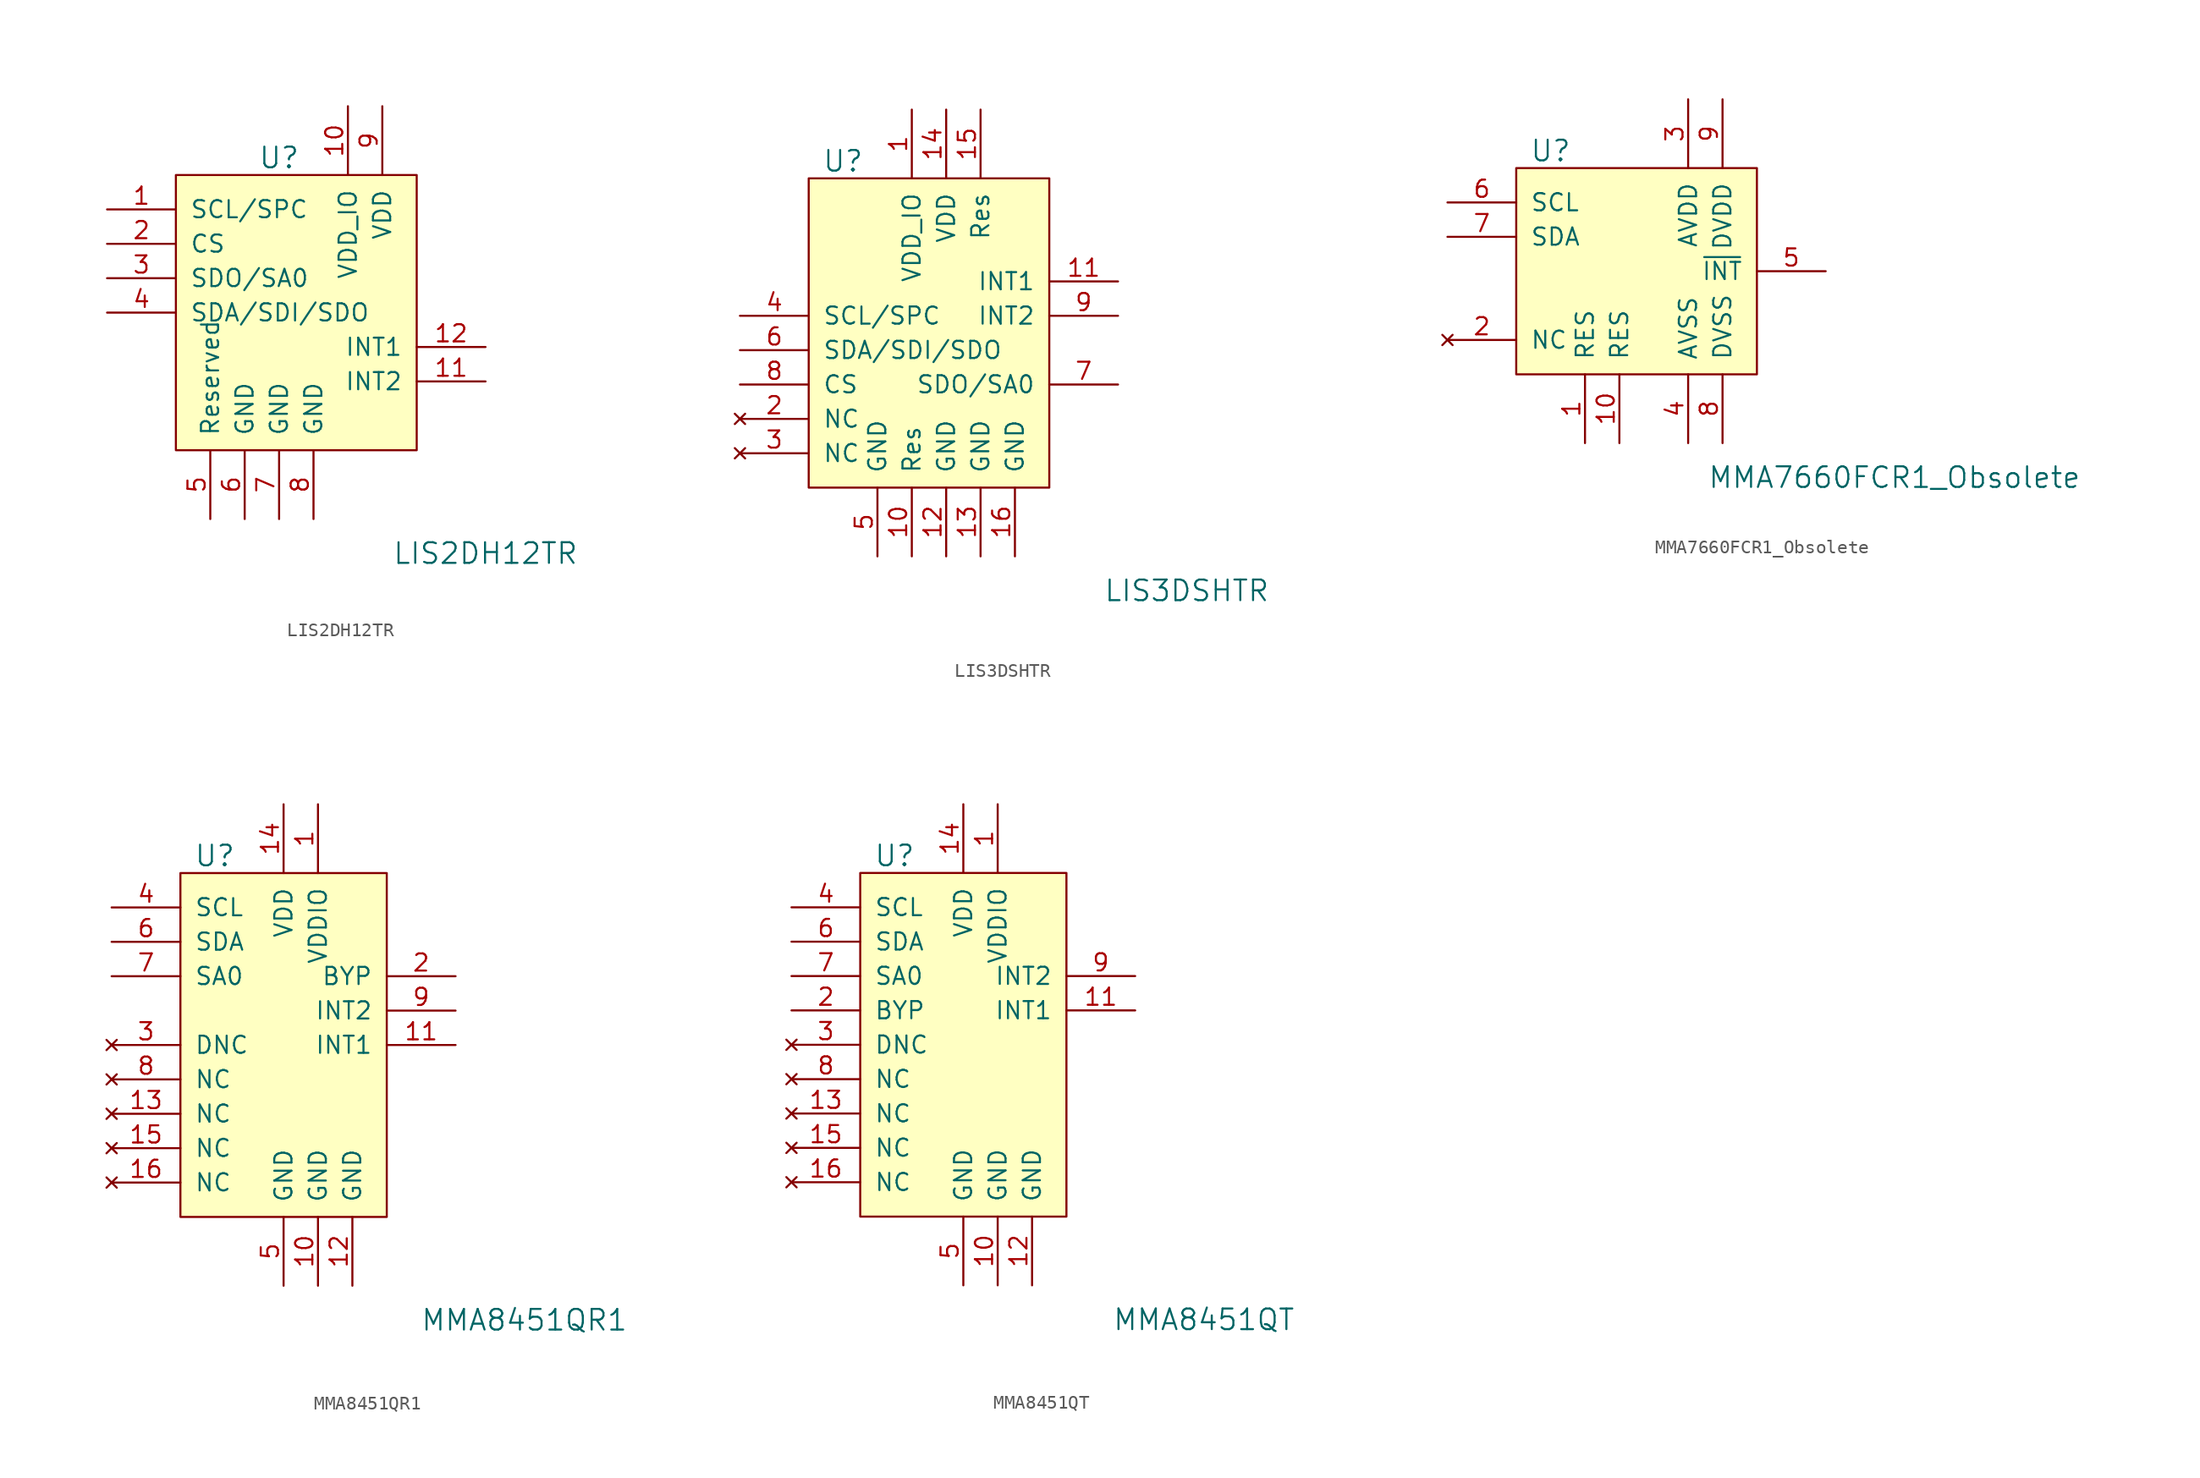
<source format=kicad_sym>
(kicad_symbol_lib
  (version 20211014)
  (generator kicad_symbol_editor)
  (symbol "LIS2DH12TR"
    (pin_names
      (offset 1.016))
    (property "Reference" "U"
      (at -2.54 11.43 0)
      (effects (font (size 1.524 1.524))))
    (property "Value" "LIS2DH12TR"
      (at 12.7 -17.78 0)
      (effects (font (size 1.524 1.524))))
    (symbol "LIS2DH12TR_0_1"
      (rectangle (start -10.16 -10.16) (end 7.62 10.16) (stroke (width 0) (type default) (color 0 0 0 0)) (fill (type background))))
    (symbol "LIS2DH12TR_1_1"
      (pin input line (at -15.24 7.62 0) (length 5.08) (name "SCL/SPC" (effects (font (size 1.27 1.27)))) (number "1" (effects (font (size 1.27 1.27)))))
      (pin power_in line (at 2.54 15.24 270) (length 5.08) (name "VDD_IO" (effects (font (size 1.27 1.27)))) (number "10" (effects (font (size 1.27 1.27)))))
      (pin output line (at 12.7 -5.08 180) (length 5.08) (name "INT2" (effects (font (size 1.27 1.27)))) (number "11" (effects (font (size 1.27 1.27)))))
      (pin output line (at 12.7 -2.54 180) (length 5.08) (name "INT1" (effects (font (size 1.27 1.27)))) (number "12" (effects (font (size 1.27 1.27)))))
      (pin input line (at -15.24 5.08 0) (length 5.08) (name "CS" (effects (font (size 1.27 1.27)))) (number "2" (effects (font (size 1.27 1.27)))))
      (pin bidirectional line (at -15.24 2.54 0) (length 5.08) (name "SDO/SA0" (effects (font (size 1.27 1.27)))) (number "3" (effects (font (size 1.27 1.27)))))
      (pin bidirectional line (at -15.24 0 0) (length 5.08) (name "SDA/SDI/SDO" (effects (font (size 1.27 1.27)))) (number "4" (effects (font (size 1.27 1.27)))))
      (pin power_in line (at -7.62 -15.24 90) (length 5.08) (name "Reserved" (effects (font (size 1.27 1.27)))) (number "5" (effects (font (size 1.27 1.27)))))
      (pin power_in line (at -5.08 -15.24 90) (length 5.08) (name "GND" (effects (font (size 1.27 1.27)))) (number "6" (effects (font (size 1.27 1.27)))))
      (pin power_in line (at -2.54 -15.24 90) (length 5.08) (name "GND" (effects (font (size 1.27 1.27)))) (number "7" (effects (font (size 1.27 1.27)))))
      (pin power_in line (at 0 -15.24 90) (length 5.08) (name "GND" (effects (font (size 1.27 1.27)))) (number "8" (effects (font (size 1.27 1.27)))))
      (pin power_in line (at 5.08 15.24 270) (length 5.08) (name "VDD" (effects (font (size 1.27 1.27)))) (number "9" (effects (font (size 1.27 1.27)))))))
  (symbol "LIS3DSHTR"
    (pin_names
      (offset 1.016))
    (property "Reference" "U"
      (at -7.62 13.97 0)
      (effects (font (size 1.524 1.524))))
    (property "Value" "LIS3DSHTR"
      (at 17.78 -17.78 0)
      (effects (font (size 1.524 1.524))))
    (symbol "LIS3DSHTR_0_1"
      (rectangle (start -10.16 12.7) (end 7.62 -10.16) (stroke (width 0) (type default) (color 0 0 0 0)) (fill (type background))))
    (symbol "LIS3DSHTR_1_1"
      (pin power_in line (at -2.54 17.78 270) (length 5.08) (name "VDD_IO" (effects (font (size 1.27 1.27)))) (number "1" (effects (font (size 1.27 1.27)))))
      (pin power_in line (at -2.54 -15.24 90) (length 5.08) (name "Res" (effects (font (size 1.27 1.27)))) (number "10" (effects (font (size 1.27 1.27)))))
      (pin output line (at 12.7 5.08 180) (length 5.08) (name "INT1" (effects (font (size 1.27 1.27)))) (number "11" (effects (font (size 1.27 1.27)))))
      (pin power_in line (at 0 -15.24 90) (length 5.08) (name "GND" (effects (font (size 1.27 1.27)))) (number "12" (effects (font (size 1.27 1.27)))))
      (pin power_in line (at 2.54 -15.24 90) (length 5.08) (name "GND" (effects (font (size 1.27 1.27)))) (number "13" (effects (font (size 1.27 1.27)))))
      (pin power_in line (at 0 17.78 270) (length 5.08) (name "VDD" (effects (font (size 1.27 1.27)))) (number "14" (effects (font (size 1.27 1.27)))))
      (pin power_in line (at 2.54 17.78 270) (length 5.08) (name "Res" (effects (font (size 1.27 1.27)))) (number "15" (effects (font (size 1.27 1.27)))))
      (pin power_in line (at 5.08 -15.24 90) (length 5.08) (name "GND" (effects (font (size 1.27 1.27)))) (number "16" (effects (font (size 1.27 1.27)))))
      (pin no_connect line (at -15.24 -5.08 0) (length 5.08) (name "NC" (effects (font (size 1.27 1.27)))) (number "2" (effects (font (size 1.27 1.27)))))
      (pin no_connect line (at -15.24 -7.62 0) (length 5.08) (name "NC" (effects (font (size 1.27 1.27)))) (number "3" (effects (font (size 1.27 1.27)))))
      (pin input line (at -15.24 2.54 0) (length 5.08) (name "SCL/SPC" (effects (font (size 1.27 1.27)))) (number "4" (effects (font (size 1.27 1.27)))))
      (pin power_in line (at -5.08 -15.24 90) (length 5.08) (name "GND" (effects (font (size 1.27 1.27)))) (number "5" (effects (font (size 1.27 1.27)))))
      (pin bidirectional line (at -15.24 0 0) (length 5.08) (name "SDA/SDI/SDO" (effects (font (size 1.27 1.27)))) (number "6" (effects (font (size 1.27 1.27)))))
      (pin output line (at 12.7 -2.54 180) (length 5.08) (name "SDO/SA0" (effects (font (size 1.27 1.27)))) (number "7" (effects (font (size 1.27 1.27)))))
      (pin input line (at -15.24 -2.54 0) (length 5.08) (name "CS" (effects (font (size 1.27 1.27)))) (number "8" (effects (font (size 1.27 1.27)))))
      (pin output line (at 12.7 2.54 180) (length 5.08) (name "INT2" (effects (font (size 1.27 1.27)))) (number "9" (effects (font (size 1.27 1.27)))))))
  (symbol "MMA7660FCR1_Obsolete"
    (pin_names
      (offset 1.016))
    (property "Reference" "U"
      (at -7.62 8.89 0)
      (effects (font (size 1.524 1.524))))
    (property "Value" "MMA7660FCR1_Obsolete"
      (at 17.78 -15.24 0)
      (effects (font (size 1.524 1.524))))
    (symbol "MMA7660FCR1_Obsolete_0_1"
      (rectangle (start -10.16 7.62) (end 7.62 -7.62) (stroke (width 0) (type default) (color 0 0 0 0)) (fill (type background))))
    (symbol "MMA7660FCR1_Obsolete_1_1"
      (pin power_in line (at -5.08 -12.7 90) (length 5.08) (name "RES" (effects (font (size 1.27 1.27)))) (number "1" (effects (font (size 1.27 1.27)))))
      (pin power_in line (at -2.54 -12.7 90) (length 5.08) (name "RES" (effects (font (size 1.27 1.27)))) (number "10" (effects (font (size 1.27 1.27)))))
      (pin no_connect line (at -15.24 -5.08 0) (length 5.08) (name "NC" (effects (font (size 1.27 1.27)))) (number "2" (effects (font (size 1.27 1.27)))))
      (pin power_in line (at 2.54 12.7 270) (length 5.08) (name "AVDD" (effects (font (size 1.27 1.27)))) (number "3" (effects (font (size 1.27 1.27)))))
      (pin power_in line (at 2.54 -12.7 90) (length 5.08) (name "AVSS" (effects (font (size 1.27 1.27)))) (number "4" (effects (font (size 1.27 1.27)))))
      (pin output line (at 12.7 0 180) (length 5.08) (name "~{INT}" (effects (font (size 1.27 1.27)))) (number "5" (effects (font (size 1.27 1.27)))))
      (pin input line (at -15.24 5.08 0) (length 5.08) (name "SCL" (effects (font (size 1.27 1.27)))) (number "6" (effects (font (size 1.27 1.27)))))
      (pin bidirectional line (at -15.24 2.54 0) (length 5.08) (name "SDA" (effects (font (size 1.27 1.27)))) (number "7" (effects (font (size 1.27 1.27)))))
      (pin power_in line (at 5.08 -12.7 90) (length 5.08) (name "DVSS" (effects (font (size 1.27 1.27)))) (number "8" (effects (font (size 1.27 1.27)))))
      (pin power_in line (at 5.08 12.7 270) (length 5.08) (name "DVDD" (effects (font (size 1.27 1.27)))) (number "9" (effects (font (size 1.27 1.27)))))))
  (symbol "MMA8451QR1"
    (pin_names
      (offset 1.016))
    (property "Reference" "U"
      (at -5.08 13.97 0)
      (effects (font (size 1.524 1.524))))
    (property "Value" "MMA8451QR1"
      (at 17.78 -20.32 0)
      (effects (font (size 1.524 1.524))))
    (symbol "MMA8451QR1_0_1"
      (rectangle (start -7.62 12.7) (end 7.62 -12.7) (stroke (width 0) (type default) (color 0 0 0 0)) (fill (type background))))
    (symbol "MMA8451QR1_1_1"
      (pin power_in line (at 2.54 17.78 270) (length 5.08) (name "VDDIO" (effects (font (size 1.27 1.27)))) (number "1" (effects (font (size 1.27 1.27)))))
      (pin power_in line (at 2.54 -17.78 90) (length 5.08) (name "GND" (effects (font (size 1.27 1.27)))) (number "10" (effects (font (size 1.27 1.27)))))
      (pin output line (at 12.7 0 180) (length 5.08) (name "INT1" (effects (font (size 1.27 1.27)))) (number "11" (effects (font (size 1.27 1.27)))))
      (pin power_in line (at 5.08 -17.78 90) (length 5.08) (name "GND" (effects (font (size 1.27 1.27)))) (number "12" (effects (font (size 1.27 1.27)))))
      (pin no_connect line (at -12.7 -5.08 0) (length 5.08) (name "NC" (effects (font (size 1.27 1.27)))) (number "13" (effects (font (size 1.27 1.27)))))
      (pin power_in line (at 0 17.78 270) (length 5.08) (name "VDD" (effects (font (size 1.27 1.27)))) (number "14" (effects (font (size 1.27 1.27)))))
      (pin no_connect line (at -12.7 -7.62 0) (length 5.08) (name "NC" (effects (font (size 1.27 1.27)))) (number "15" (effects (font (size 1.27 1.27)))))
      (pin no_connect line (at -12.7 -10.16 0) (length 5.08) (name "NC" (effects (font (size 1.27 1.27)))) (number "16" (effects (font (size 1.27 1.27)))))
      (pin output line (at 12.7 5.08 180) (length 5.08) (name "BYP" (effects (font (size 1.27 1.27)))) (number "2" (effects (font (size 1.27 1.27)))))
      (pin no_connect line (at -12.7 0 0) (length 5.08) (name "DNC" (effects (font (size 1.27 1.27)))) (number "3" (effects (font (size 1.27 1.27)))))
      (pin bidirectional line (at -12.7 10.16 0) (length 5.08) (name "SCL" (effects (font (size 1.27 1.27)))) (number "4" (effects (font (size 1.27 1.27)))))
      (pin power_in line (at 0 -17.78 90) (length 5.08) (name "GND" (effects (font (size 1.27 1.27)))) (number "5" (effects (font (size 1.27 1.27)))))
      (pin bidirectional line (at -12.7 7.62 0) (length 5.08) (name "SDA" (effects (font (size 1.27 1.27)))) (number "6" (effects (font (size 1.27 1.27)))))
      (pin bidirectional line (at -12.7 5.08 0) (length 5.08) (name "SA0" (effects (font (size 1.27 1.27)))) (number "7" (effects (font (size 1.27 1.27)))))
      (pin no_connect line (at -12.7 -2.54 0) (length 5.08) (name "NC" (effects (font (size 1.27 1.27)))) (number "8" (effects (font (size 1.27 1.27)))))
      (pin output line (at 12.7 2.54 180) (length 5.08) (name "INT2" (effects (font (size 1.27 1.27)))) (number "9" (effects (font (size 1.27 1.27)))))))
  (symbol "MMA8451QT"
    (pin_names
      (offset 1.016))
    (property "Reference" "U"
      (at -5.08 13.97 0)
      (effects (font (size 1.524 1.524))))
    (property "Value" "MMA8451QT"
      (at 17.78 -20.32 0)
      (effects (font (size 1.524 1.524))))
    (symbol "MMA8451QT_0_1"
      (rectangle (start -7.62 12.7) (end 7.62 -12.7) (stroke (width 0) (type default) (color 0 0 0 0)) (fill (type background))))
    (symbol "MMA8451QT_1_1"
      (pin power_in line (at 2.54 17.78 270) (length 5.08) (name "VDDIO" (effects (font (size 1.27 1.27)))) (number "1" (effects (font (size 1.27 1.27)))))
      (pin power_in line (at 2.54 -17.78 90) (length 5.08) (name "GND" (effects (font (size 1.27 1.27)))) (number "10" (effects (font (size 1.27 1.27)))))
      (pin output line (at 12.7 2.54 180) (length 5.08) (name "INT1" (effects (font (size 1.27 1.27)))) (number "11" (effects (font (size 1.27 1.27)))))
      (pin power_in line (at 5.08 -17.78 90) (length 5.08) (name "GND" (effects (font (size 1.27 1.27)))) (number "12" (effects (font (size 1.27 1.27)))))
      (pin no_connect line (at -12.7 -5.08 0) (length 5.08) (name "NC" (effects (font (size 1.27 1.27)))) (number "13" (effects (font (size 1.27 1.27)))))
      (pin power_in line (at 0 17.78 270) (length 5.08) (name "VDD" (effects (font (size 1.27 1.27)))) (number "14" (effects (font (size 1.27 1.27)))))
      (pin no_connect line (at -12.7 -7.62 0) (length 5.08) (name "NC" (effects (font (size 1.27 1.27)))) (number "15" (effects (font (size 1.27 1.27)))))
      (pin no_connect line (at -12.7 -10.16 0) (length 5.08) (name "NC" (effects (font (size 1.27 1.27)))) (number "16" (effects (font (size 1.27 1.27)))))
      (pin input line (at -12.7 2.54 0) (length 5.08) (name "BYP" (effects (font (size 1.27 1.27)))) (number "2" (effects (font (size 1.27 1.27)))))
      (pin no_connect line (at -12.7 0 0) (length 5.08) (name "DNC" (effects (font (size 1.27 1.27)))) (number "3" (effects (font (size 1.27 1.27)))))
      (pin bidirectional line (at -12.7 10.16 0) (length 5.08) (name "SCL" (effects (font (size 1.27 1.27)))) (number "4" (effects (font (size 1.27 1.27)))))
      (pin power_in line (at 0 -17.78 90) (length 5.08) (name "GND" (effects (font (size 1.27 1.27)))) (number "5" (effects (font (size 1.27 1.27)))))
      (pin bidirectional line (at -12.7 7.62 0) (length 5.08) (name "SDA" (effects (font (size 1.27 1.27)))) (number "6" (effects (font (size 1.27 1.27)))))
      (pin bidirectional line (at -12.7 5.08 0) (length 5.08) (name "SA0" (effects (font (size 1.27 1.27)))) (number "7" (effects (font (size 1.27 1.27)))))
      (pin no_connect line (at -12.7 -2.54 0) (length 5.08) (name "NC" (effects (font (size 1.27 1.27)))) (number "8" (effects (font (size 1.27 1.27)))))
      (pin output line (at 12.7 5.08 180) (length 5.08) (name "INT2" (effects (font (size 1.27 1.27)))) (number "9" (effects (font (size 1.27 1.27))))))))
</source>
